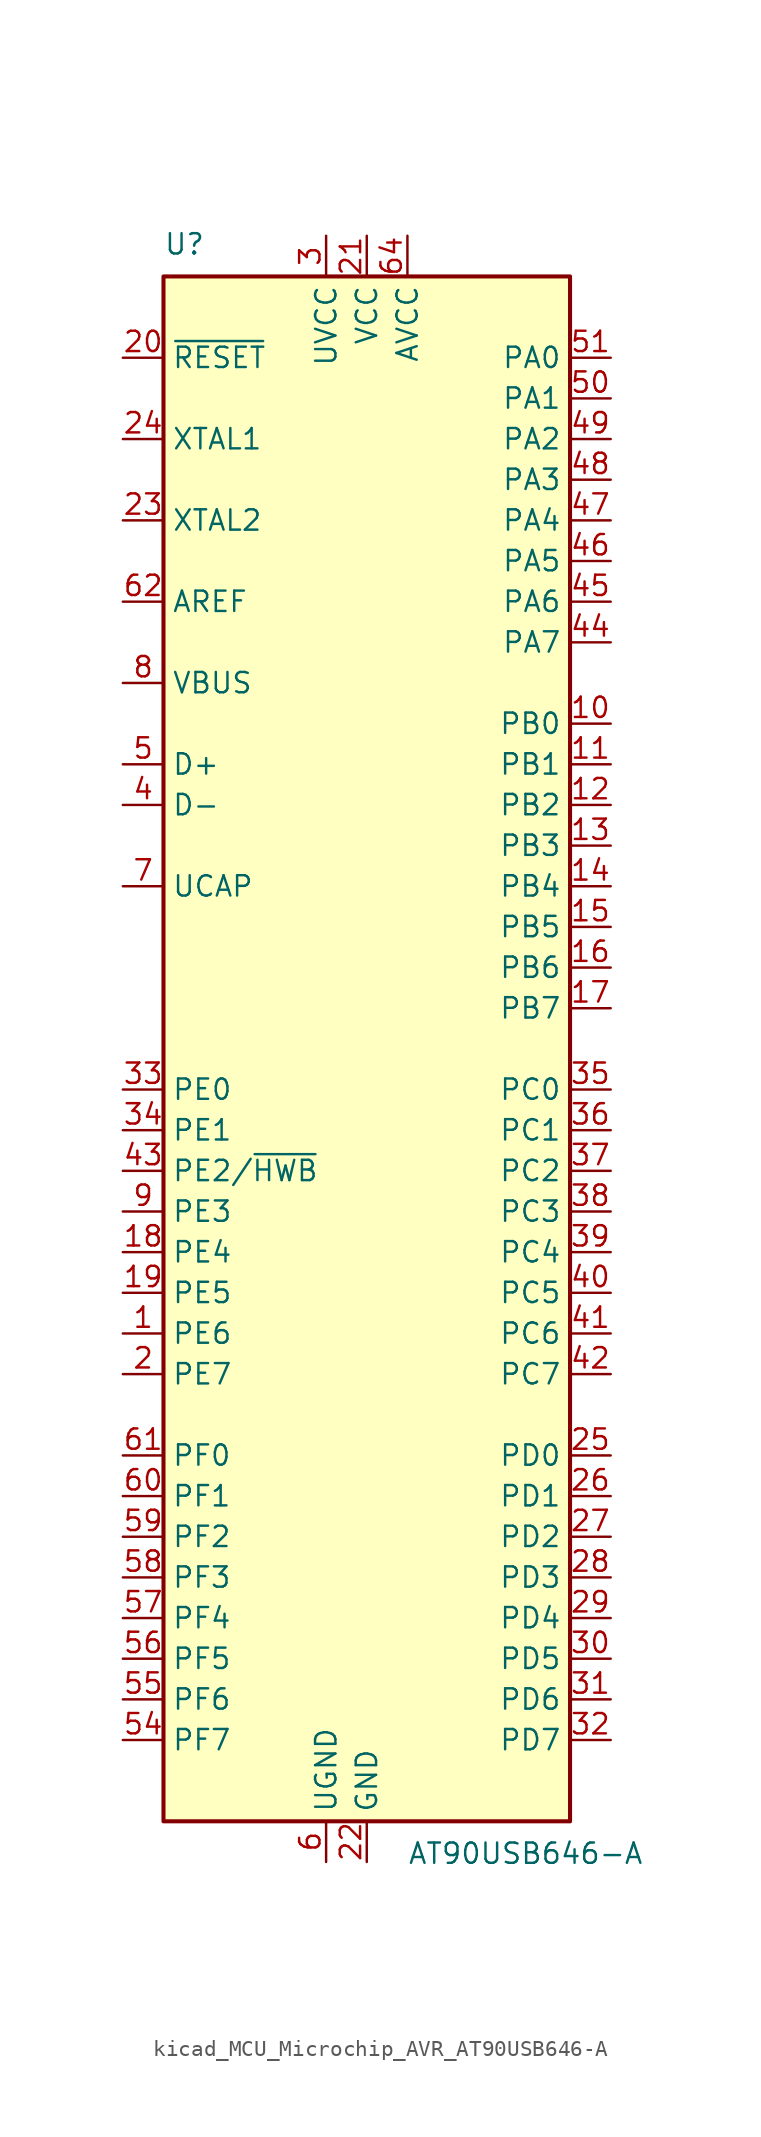
<source format=kicad_sym>
(kicad_symbol_lib
  (version 20220914)
  (generator kicad_symbol_editor)
  (symbol "kicad_MCU_Microchip_AVR_AT90USB646-A"
    (property "Reference" "U"
      (at -12.7 49.53 0)
      (effects (font (size 1.27 1.27)) (justify left bottom)))
    (property "Value" "AT90USB646-A"
      (at 2.54 -49.53 0)
      (effects (font (size 1.27 1.27)) (justify left top)))
    (symbol "kicad_MCU_Microchip_AVR_AT90USB646-A_0_1"
      (rectangle (start -12.7 -48.26) (end 12.7 48.26) (stroke (width 0.254) (type default)) (fill (type background))))
    (symbol "kicad_MCU_Microchip_AVR_AT90USB646-A_1_1"
      (pin bidirectional line (at -15.24 -17.78 0) (length 2.54) (name "PE6" (effects (font (size 1.27 1.27)))) (number "1" (effects (font (size 1.27 1.27)))))
      (pin bidirectional line (at 15.24 20.32 180) (length 2.54) (name "PB0" (effects (font (size 1.27 1.27)))) (number "10" (effects (font (size 1.27 1.27)))))
      (pin bidirectional line (at 15.24 17.78 180) (length 2.54) (name "PB1" (effects (font (size 1.27 1.27)))) (number "11" (effects (font (size 1.27 1.27)))))
      (pin bidirectional line (at 15.24 15.24 180) (length 2.54) (name "PB2" (effects (font (size 1.27 1.27)))) (number "12" (effects (font (size 1.27 1.27)))))
      (pin bidirectional line (at 15.24 12.7 180) (length 2.54) (name "PB3" (effects (font (size 1.27 1.27)))) (number "13" (effects (font (size 1.27 1.27)))))
      (pin bidirectional line (at 15.24 10.16 180) (length 2.54) (name "PB4" (effects (font (size 1.27 1.27)))) (number "14" (effects (font (size 1.27 1.27)))))
      (pin bidirectional line (at 15.24 7.62 180) (length 2.54) (name "PB5" (effects (font (size 1.27 1.27)))) (number "15" (effects (font (size 1.27 1.27)))))
      (pin bidirectional line (at 15.24 5.08 180) (length 2.54) (name "PB6" (effects (font (size 1.27 1.27)))) (number "16" (effects (font (size 1.27 1.27)))))
      (pin bidirectional line (at 15.24 2.54 180) (length 2.54) (name "PB7" (effects (font (size 1.27 1.27)))) (number "17" (effects (font (size 1.27 1.27)))))
      (pin bidirectional line (at -15.24 -12.7 0) (length 2.54) (name "PE4" (effects (font (size 1.27 1.27)))) (number "18" (effects (font (size 1.27 1.27)))))
      (pin bidirectional line (at -15.24 -15.24 0) (length 2.54) (name "PE5" (effects (font (size 1.27 1.27)))) (number "19" (effects (font (size 1.27 1.27)))))
      (pin bidirectional line (at -15.24 -20.32 0) (length 2.54) (name "PE7" (effects (font (size 1.27 1.27)))) (number "2" (effects (font (size 1.27 1.27)))))
      (pin input line (at -15.24 43.18 0) (length 2.54) (name "~{RESET}" (effects (font (size 1.27 1.27)))) (number "20" (effects (font (size 1.27 1.27)))))
      (pin power_in line (at 0 50.8 270) (length 2.54) (name "VCC" (effects (font (size 1.27 1.27)))) (number "21" (effects (font (size 1.27 1.27)))))
      (pin power_in line (at 0 -50.8 90) (length 2.54) (name "GND" (effects (font (size 1.27 1.27)))) (number "22" (effects (font (size 1.27 1.27)))))
      (pin output line (at -15.24 33.02 0) (length 2.54) (name "XTAL2" (effects (font (size 1.27 1.27)))) (number "23" (effects (font (size 1.27 1.27)))))
      (pin input line (at -15.24 38.1 0) (length 2.54) (name "XTAL1" (effects (font (size 1.27 1.27)))) (number "24" (effects (font (size 1.27 1.27)))))
      (pin bidirectional line (at 15.24 -25.4 180) (length 2.54) (name "PD0" (effects (font (size 1.27 1.27)))) (number "25" (effects (font (size 1.27 1.27)))))
      (pin bidirectional line (at 15.24 -27.94 180) (length 2.54) (name "PD1" (effects (font (size 1.27 1.27)))) (number "26" (effects (font (size 1.27 1.27)))))
      (pin bidirectional line (at 15.24 -30.48 180) (length 2.54) (name "PD2" (effects (font (size 1.27 1.27)))) (number "27" (effects (font (size 1.27 1.27)))))
      (pin bidirectional line (at 15.24 -33.02 180) (length 2.54) (name "PD3" (effects (font (size 1.27 1.27)))) (number "28" (effects (font (size 1.27 1.27)))))
      (pin bidirectional line (at 15.24 -35.56 180) (length 2.54) (name "PD4" (effects (font (size 1.27 1.27)))) (number "29" (effects (font (size 1.27 1.27)))))
      (pin power_in line (at -2.54 50.8 270) (length 2.54) (name "UVCC" (effects (font (size 1.27 1.27)))) (number "3" (effects (font (size 1.27 1.27)))))
      (pin bidirectional line (at 15.24 -38.1 180) (length 2.54) (name "PD5" (effects (font (size 1.27 1.27)))) (number "30" (effects (font (size 1.27 1.27)))))
      (pin bidirectional line (at 15.24 -40.64 180) (length 2.54) (name "PD6" (effects (font (size 1.27 1.27)))) (number "31" (effects (font (size 1.27 1.27)))))
      (pin bidirectional line (at 15.24 -43.18 180) (length 2.54) (name "PD7" (effects (font (size 1.27 1.27)))) (number "32" (effects (font (size 1.27 1.27)))))
      (pin bidirectional line (at -15.24 -2.54 0) (length 2.54) (name "PE0" (effects (font (size 1.27 1.27)))) (number "33" (effects (font (size 1.27 1.27)))))
      (pin bidirectional line (at -15.24 -5.08 0) (length 2.54) (name "PE1" (effects (font (size 1.27 1.27)))) (number "34" (effects (font (size 1.27 1.27)))))
      (pin bidirectional line (at 15.24 -2.54 180) (length 2.54) (name "PC0" (effects (font (size 1.27 1.27)))) (number "35" (effects (font (size 1.27 1.27)))))
      (pin bidirectional line (at 15.24 -5.08 180) (length 2.54) (name "PC1" (effects (font (size 1.27 1.27)))) (number "36" (effects (font (size 1.27 1.27)))))
      (pin bidirectional line (at 15.24 -7.62 180) (length 2.54) (name "PC2" (effects (font (size 1.27 1.27)))) (number "37" (effects (font (size 1.27 1.27)))))
      (pin bidirectional line (at 15.24 -10.16 180) (length 2.54) (name "PC3" (effects (font (size 1.27 1.27)))) (number "38" (effects (font (size 1.27 1.27)))))
      (pin bidirectional line (at 15.24 -12.7 180) (length 2.54) (name "PC4" (effects (font (size 1.27 1.27)))) (number "39" (effects (font (size 1.27 1.27)))))
      (pin bidirectional line (at -15.24 15.24 0) (length 2.54) (name "D-" (effects (font (size 1.27 1.27)))) (number "4" (effects (font (size 1.27 1.27)))))
      (pin bidirectional line (at 15.24 -15.24 180) (length 2.54) (name "PC5" (effects (font (size 1.27 1.27)))) (number "40" (effects (font (size 1.27 1.27)))))
      (pin bidirectional line (at 15.24 -17.78 180) (length 2.54) (name "PC6" (effects (font (size 1.27 1.27)))) (number "41" (effects (font (size 1.27 1.27)))))
      (pin bidirectional line (at 15.24 -20.32 180) (length 2.54) (name "PC7" (effects (font (size 1.27 1.27)))) (number "42" (effects (font (size 1.27 1.27)))))
      (pin bidirectional line (at -15.24 -7.62 0) (length 2.54) (name "PE2/~{HWB}" (effects (font (size 1.27 1.27)))) (number "43" (effects (font (size 1.27 1.27)))))
      (pin bidirectional line (at 15.24 25.4 180) (length 2.54) (name "PA7" (effects (font (size 1.27 1.27)))) (number "44" (effects (font (size 1.27 1.27)))))
      (pin bidirectional line (at 15.24 27.94 180) (length 2.54) (name "PA6" (effects (font (size 1.27 1.27)))) (number "45" (effects (font (size 1.27 1.27)))))
      (pin bidirectional line (at 15.24 30.48 180) (length 2.54) (name "PA5" (effects (font (size 1.27 1.27)))) (number "46" (effects (font (size 1.27 1.27)))))
      (pin bidirectional line (at 15.24 33.02 180) (length 2.54) (name "PA4" (effects (font (size 1.27 1.27)))) (number "47" (effects (font (size 1.27 1.27)))))
      (pin bidirectional line (at 15.24 35.56 180) (length 2.54) (name "PA3" (effects (font (size 1.27 1.27)))) (number "48" (effects (font (size 1.27 1.27)))))
      (pin bidirectional line (at 15.24 38.1 180) (length 2.54) (name "PA2" (effects (font (size 1.27 1.27)))) (number "49" (effects (font (size 1.27 1.27)))))
      (pin bidirectional line (at -15.24 17.78 0) (length 2.54) (name "D+" (effects (font (size 1.27 1.27)))) (number "5" (effects (font (size 1.27 1.27)))))
      (pin bidirectional line (at 15.24 40.64 180) (length 2.54) (name "PA1" (effects (font (size 1.27 1.27)))) (number "50" (effects (font (size 1.27 1.27)))))
      (pin bidirectional line (at 15.24 43.18 180) (length 2.54) (name "PA0" (effects (font (size 1.27 1.27)))) (number "51" (effects (font (size 1.27 1.27)))))
      (pin passive line (at 0 50.8 270) (length 2.54) hide (name "VCC" (effects (font (size 1.27 1.27)))) (number "52" (effects (font (size 1.27 1.27)))))
      (pin passive line (at 0 -50.8 90) (length 2.54) hide (name "GND" (effects (font (size 1.27 1.27)))) (number "53" (effects (font (size 1.27 1.27)))))
      (pin bidirectional line (at -15.24 -43.18 0) (length 2.54) (name "PF7" (effects (font (size 1.27 1.27)))) (number "54" (effects (font (size 1.27 1.27)))))
      (pin bidirectional line (at -15.24 -40.64 0) (length 2.54) (name "PF6" (effects (font (size 1.27 1.27)))) (number "55" (effects (font (size 1.27 1.27)))))
      (pin bidirectional line (at -15.24 -38.1 0) (length 2.54) (name "PF5" (effects (font (size 1.27 1.27)))) (number "56" (effects (font (size 1.27 1.27)))))
      (pin bidirectional line (at -15.24 -35.56 0) (length 2.54) (name "PF4" (effects (font (size 1.27 1.27)))) (number "57" (effects (font (size 1.27 1.27)))))
      (pin bidirectional line (at -15.24 -33.02 0) (length 2.54) (name "PF3" (effects (font (size 1.27 1.27)))) (number "58" (effects (font (size 1.27 1.27)))))
      (pin bidirectional line (at -15.24 -30.48 0) (length 2.54) (name "PF2" (effects (font (size 1.27 1.27)))) (number "59" (effects (font (size 1.27 1.27)))))
      (pin power_in line (at -2.54 -50.8 90) (length 2.54) (name "UGND" (effects (font (size 1.27 1.27)))) (number "6" (effects (font (size 1.27 1.27)))))
      (pin bidirectional line (at -15.24 -27.94 0) (length 2.54) (name "PF1" (effects (font (size 1.27 1.27)))) (number "60" (effects (font (size 1.27 1.27)))))
      (pin bidirectional line (at -15.24 -25.4 0) (length 2.54) (name "PF0" (effects (font (size 1.27 1.27)))) (number "61" (effects (font (size 1.27 1.27)))))
      (pin passive line (at -15.24 27.94 0) (length 2.54) (name "AREF" (effects (font (size 1.27 1.27)))) (number "62" (effects (font (size 1.27 1.27)))))
      (pin passive line (at 0 -50.8 90) (length 2.54) hide (name "GND" (effects (font (size 1.27 1.27)))) (number "63" (effects (font (size 1.27 1.27)))))
      (pin power_in line (at 2.54 50.8 270) (length 2.54) (name "AVCC" (effects (font (size 1.27 1.27)))) (number "64" (effects (font (size 1.27 1.27)))))
      (pin passive line (at -15.24 10.16 0) (length 2.54) (name "UCAP" (effects (font (size 1.27 1.27)))) (number "7" (effects (font (size 1.27 1.27)))))
      (pin input line (at -15.24 22.86 0) (length 2.54) (name "VBUS" (effects (font (size 1.27 1.27)))) (number "8" (effects (font (size 1.27 1.27)))))
      (pin bidirectional line (at -15.24 -10.16 0) (length 2.54) (name "PE3" (effects (font (size 1.27 1.27)))) (number "9" (effects (font (size 1.27 1.27))))))))
</source>
